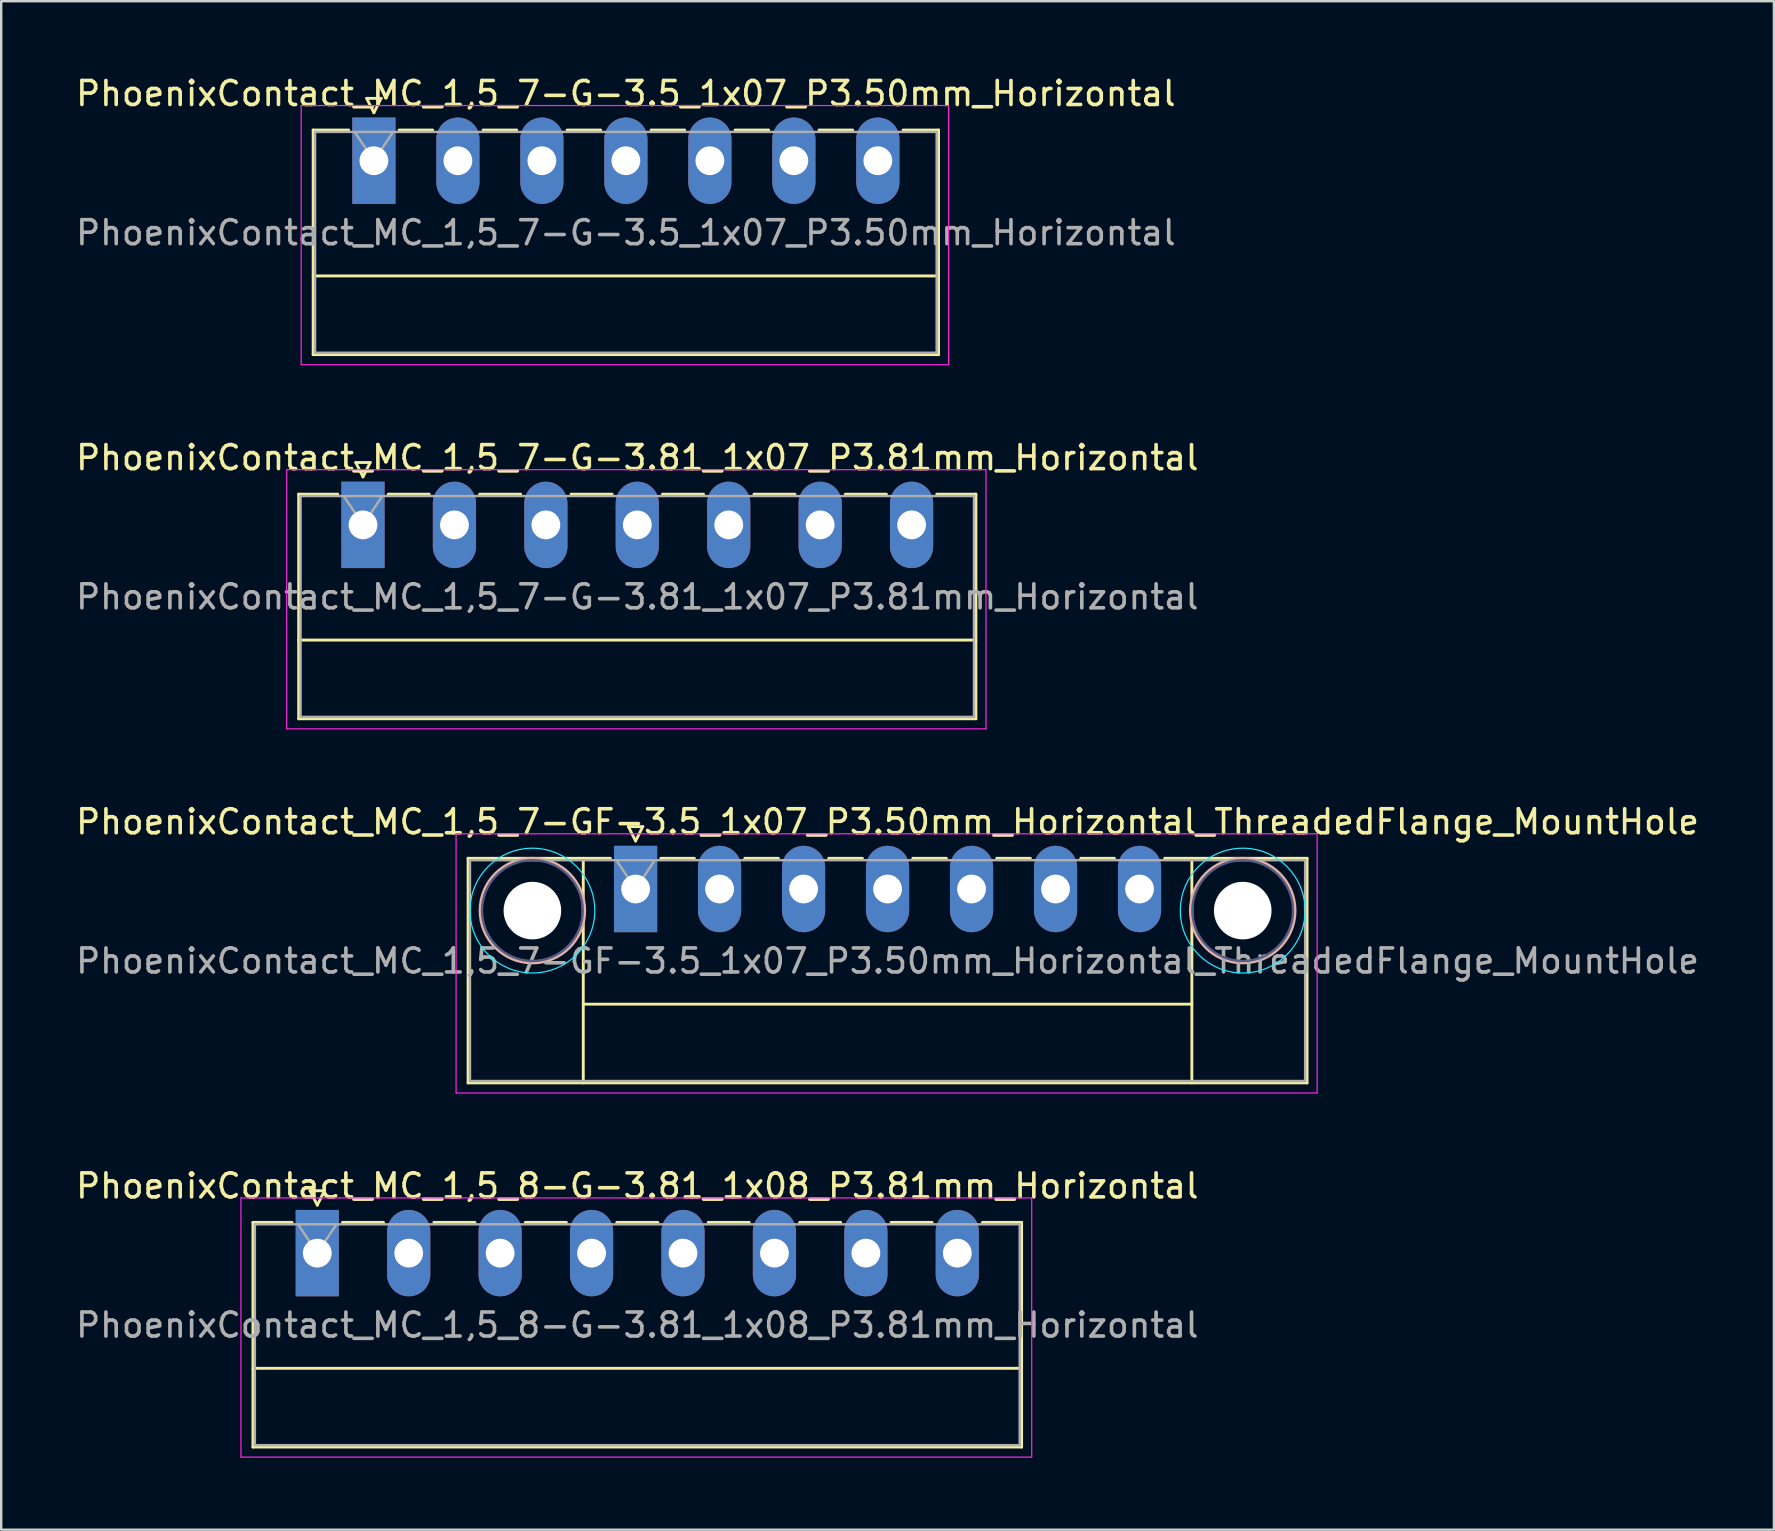
<source format=kicad_pcb>
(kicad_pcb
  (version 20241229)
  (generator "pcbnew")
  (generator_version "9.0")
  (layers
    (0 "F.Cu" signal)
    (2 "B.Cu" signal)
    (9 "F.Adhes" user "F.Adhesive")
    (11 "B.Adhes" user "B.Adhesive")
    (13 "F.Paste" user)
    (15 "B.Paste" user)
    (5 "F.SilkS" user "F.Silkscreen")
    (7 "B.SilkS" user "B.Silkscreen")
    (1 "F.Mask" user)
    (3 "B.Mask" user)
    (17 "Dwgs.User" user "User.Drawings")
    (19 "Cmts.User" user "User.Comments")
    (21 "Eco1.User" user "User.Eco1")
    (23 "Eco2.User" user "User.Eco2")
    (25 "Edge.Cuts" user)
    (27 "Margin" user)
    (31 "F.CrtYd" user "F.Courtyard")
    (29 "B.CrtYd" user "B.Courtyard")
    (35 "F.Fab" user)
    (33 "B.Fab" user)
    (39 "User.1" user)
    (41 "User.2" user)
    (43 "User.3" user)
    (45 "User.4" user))
  (footprint "PhoenixContact_MC_1,5_7-GF-3.5_1x07_P3.50mm_Horizontal_ThreadedFlange_MountHole"
    (layer "F.Cu")
    (at 23.435 33.995)
    (property "Reference" "PhoenixContact_MC_1,5_7-GF-3.5_1x07_P3.50mm_Horizontal_ThreadedFlange_MountHole" (at 10.5 -2.8 0) (layer "F.SilkS") (effects (font (size 1 1) (thickness 0.15))))
    (attr through_hole)
    (fp_line (start -6.98 -1.28) (end -6.98 8.08) (stroke (width 0.12) (type solid)) (layer "F.SilkS"))
    (fp_line (start -6.98 -1.28) (end -1.05 -1.28) (stroke (width 0.12) (type solid)) (layer "F.SilkS"))
    (fp_line (start -6.98 8.08) (end 27.98 8.08) (stroke (width 0.12) (type solid)) (layer "F.SilkS"))
    (fp_line (start -2.18 -1.28) (end -2.18 8.08) (stroke (width 0.12) (type solid)) (layer "F.SilkS"))
    (fp_line (start -2.18 4.8) (end 23.18 4.8) (stroke (width 0.12) (type solid)) (layer "F.SilkS"))
    (fp_line (start -0.3 -2.6) (end 0.3 -2.6) (stroke (width 0.12) (type solid)) (layer "F.SilkS"))
    (fp_line (start 0 -2) (end -0.3 -2.6) (stroke (width 0.12) (type solid)) (layer "F.SilkS"))
    (fp_line (start 0.3 -2.6) (end 0 -2) (stroke (width 0.12) (type solid)) (layer "F.SilkS"))
    (fp_line (start 1.05 -1.28) (end 2.45 -1.28) (stroke (width 0.12) (type solid)) (layer "F.SilkS"))
    (fp_line (start 4.55 -1.28) (end 5.95 -1.28) (stroke (width 0.12) (type solid)) (layer "F.SilkS"))
    (fp_line (start 8.05 -1.28) (end 9.45 -1.28) (stroke (width 0.12) (type solid)) (layer "F.SilkS"))
    (fp_line (start 11.55 -1.28) (end 12.95 -1.28) (stroke (width 0.12) (type solid)) (layer "F.SilkS"))
    (fp_line (start 15.05 -1.28) (end 16.45 -1.28) (stroke (width 0.12) (type solid)) (layer "F.SilkS"))
    (fp_line (start 18.55 -1.28) (end 19.95 -1.28) (stroke (width 0.12) (type solid)) (layer "F.SilkS"))
    (fp_line (start 23.18 -1.28) (end 23.18 8.08) (stroke (width 0.12) (type solid)) (layer "F.SilkS"))
    (fp_line (start 27.98 -1.28) (end 22.05 -1.28) (stroke (width 0.12) (type solid)) (layer "F.SilkS"))
    (fp_line (start 27.98 8.08) (end 27.98 -1.28) (stroke (width 0.12) (type solid)) (layer "F.SilkS"))
    (fp_circle (center -4.3 0.9) (end -2.12 0.9) (stroke (width 0.12) (type solid)) (fill no) (layer "B.SilkS"))
    (fp_circle (center 25.3 0.9) (end 27.48 0.9) (stroke (width 0.12) (type solid)) (fill no) (layer "B.SilkS"))
    (fp_circle (center -4.3 0.9) (end -1.7 0.9) (stroke (width 0.05) (type solid)) (fill no) (layer "B.CrtYd"))
    (fp_circle (center 25.3 0.9) (end 27.9 0.9) (stroke (width 0.05) (type solid)) (fill no) (layer "B.CrtYd"))
    (fp_line (start -7.48 -2.3) (end -7.48 8.5) (stroke (width 0.05) (type solid)) (layer "F.CrtYd"))
    (fp_line (start -7.48 8.5) (end 28.4 8.5) (stroke (width 0.05) (type solid)) (layer "F.CrtYd"))
    (fp_line (start 28.4 -2.3) (end -7.48 -2.3) (stroke (width 0.05) (type solid)) (layer "F.CrtYd"))
    (fp_line (start 28.4 8.5) (end 28.4 -2.3) (stroke (width 0.05) (type solid)) (layer "F.CrtYd"))
    (fp_circle (center -4.3 0.9) (end -2.2 0.9) (stroke (width 0.1) (type solid)) (fill no) (layer "B.Fab"))
    (fp_circle (center 25.3 0.9) (end 27.4 0.9) (stroke (width 0.1) (type solid)) (fill no) (layer "B.Fab"))
    (fp_line (start -6.9 -1.2) (end -6.9 8) (stroke (width 0.1) (type solid)) (layer "F.Fab"))
    (fp_line (start -6.9 8) (end 27.9 8) (stroke (width 0.1) (type solid)) (layer "F.Fab"))
    (fp_line (start 0 0) (end -0.8 -1.2) (stroke (width 0.1) (type solid)) (layer "F.Fab"))
    (fp_line (start 0.8 -1.2) (end 0 0) (stroke (width 0.1) (type solid)) (layer "F.Fab"))
    (fp_line (start 27.9 -1.2) (end -6.9 -1.2) (stroke (width 0.1) (type solid)) (layer "F.Fab"))
    (fp_line (start 27.9 8) (end 27.9 -1.2) (stroke (width 0.1) (type solid)) (layer "F.Fab"))
    (fp_text user "${REFERENCE}" (at 10.5 3 0) (layer "F.Fab") (effects (font (size 1 1) (thickness 0.15))))
    (pad "" np_thru_hole circle (at -4.3 0.9) (size 2.4 2.4) (drill 2.4) (layers "*.Cu" "*.Mask"))
    (pad "" np_thru_hole circle (at 25.3 0.9) (size 2.4 2.4) (drill 2.4) (layers "*.Cu" "*.Mask"))
    (pad "1" thru_hole rect (at 0 0) (size 1.8 3.6) (drill 1.2) (layers "*.Cu" "*.Mask"))
    (pad "2" thru_hole oval (at 3.5 0) (size 1.8 3.6) (drill 1.2) (layers "*.Cu" "*.Mask"))
    (pad "3" thru_hole oval (at 7 0) (size 1.8 3.6) (drill 1.2) (layers "*.Cu" "*.Mask"))
    (pad "4" thru_hole oval (at 10.5 0) (size 1.8 3.6) (drill 1.2) (layers "*.Cu" "*.Mask"))
    (pad "5" thru_hole oval (at 14 0) (size 1.8 3.6) (drill 1.2) (layers "*.Cu" "*.Mask"))
    (pad "6" thru_hole oval (at 17.5 0) (size 1.8 3.6) (drill 1.2) (layers "*.Cu" "*.Mask"))
    (pad "7" thru_hole oval (at 21 0) (size 1.8 3.6) (drill 1.2) (layers "*.Cu" "*.Mask")))
  (footprint "PhoenixContact_MC_1,5_7-G-3.5_1x07_P3.50mm_Horizontal"
    (layer "F.Cu")
    (at 12.53 3.648)
    (property "Reference" "PhoenixContact_MC_1,5_7-G-3.5_1x07_P3.50mm_Horizontal" (at 10.5 -2.8 0) (layer "F.SilkS") (effects (font (size 1 1) (thickness 0.15))))
    (attr through_hole)
    (fp_line (start -2.53 -1.28) (end -2.53 8.08) (stroke (width 0.12) (type solid)) (layer "F.SilkS"))
    (fp_line (start -2.53 -1.28) (end -1.05 -1.28) (stroke (width 0.12) (type solid)) (layer "F.SilkS"))
    (fp_line (start -2.53 4.8) (end 23.53 4.8) (stroke (width 0.12) (type solid)) (layer "F.SilkS"))
    (fp_line (start -2.53 8.08) (end 23.53 8.08) (stroke (width 0.12) (type solid)) (layer "F.SilkS"))
    (fp_line (start -0.3 -2.6) (end 0.3 -2.6) (stroke (width 0.12) (type solid)) (layer "F.SilkS"))
    (fp_line (start 0 -2) (end -0.3 -2.6) (stroke (width 0.12) (type solid)) (layer "F.SilkS"))
    (fp_line (start 0.3 -2.6) (end 0 -2) (stroke (width 0.12) (type solid)) (layer "F.SilkS"))
    (fp_line (start 1.05 -1.28) (end 2.45 -1.28) (stroke (width 0.12) (type solid)) (layer "F.SilkS"))
    (fp_line (start 4.55 -1.28) (end 5.95 -1.28) (stroke (width 0.12) (type solid)) (layer "F.SilkS"))
    (fp_line (start 8.05 -1.28) (end 9.45 -1.28) (stroke (width 0.12) (type solid)) (layer "F.SilkS"))
    (fp_line (start 11.55 -1.28) (end 12.95 -1.28) (stroke (width 0.12) (type solid)) (layer "F.SilkS"))
    (fp_line (start 15.05 -1.28) (end 16.45 -1.28) (stroke (width 0.12) (type solid)) (layer "F.SilkS"))
    (fp_line (start 18.55 -1.28) (end 19.95 -1.28) (stroke (width 0.12) (type solid)) (layer "F.SilkS"))
    (fp_line (start 23.53 -1.28) (end 22.05 -1.28) (stroke (width 0.12) (type solid)) (layer "F.SilkS"))
    (fp_line (start 23.53 8.08) (end 23.53 -1.28) (stroke (width 0.12) (type solid)) (layer "F.SilkS"))
    (fp_line (start -3.03 -2.3) (end -3.03 8.5) (stroke (width 0.05) (type solid)) (layer "F.CrtYd"))
    (fp_line (start -3.03 8.5) (end 23.95 8.5) (stroke (width 0.05) (type solid)) (layer "F.CrtYd"))
    (fp_line (start 23.95 -2.3) (end -3.03 -2.3) (stroke (width 0.05) (type solid)) (layer "F.CrtYd"))
    (fp_line (start 23.95 8.5) (end 23.95 -2.3) (stroke (width 0.05) (type solid)) (layer "F.CrtYd"))
    (fp_line (start -2.45 -1.2) (end -2.45 8) (stroke (width 0.1) (type solid)) (layer "F.Fab"))
    (fp_line (start -2.45 8) (end 23.45 8) (stroke (width 0.1) (type solid)) (layer "F.Fab"))
    (fp_line (start 0 0) (end -0.8 -1.2) (stroke (width 0.1) (type solid)) (layer "F.Fab"))
    (fp_line (start 0.8 -1.2) (end 0 0) (stroke (width 0.1) (type solid)) (layer "F.Fab"))
    (fp_line (start 23.45 -1.2) (end -2.45 -1.2) (stroke (width 0.1) (type solid)) (layer "F.Fab"))
    (fp_line (start 23.45 8) (end 23.45 -1.2) (stroke (width 0.1) (type solid)) (layer "F.Fab"))
    (fp_text user "${REFERENCE}" (at 10.5 3 0) (layer "F.Fab") (effects (font (size 1 1) (thickness 0.15))))
    (pad "1" thru_hole rect (at 0 0) (size 1.8 3.6) (drill 1.2) (layers "*.Cu" "*.Mask"))
    (pad "2" thru_hole oval (at 3.5 0) (size 1.8 3.6) (drill 1.2) (layers "*.Cu" "*.Mask"))
    (pad "3" thru_hole oval (at 7 0) (size 1.8 3.6) (drill 1.2) (layers "*.Cu" "*.Mask"))
    (pad "4" thru_hole oval (at 10.5 0) (size 1.8 3.6) (drill 1.2) (layers "*.Cu" "*.Mask"))
    (pad "5" thru_hole oval (at 14 0) (size 1.8 3.6) (drill 1.2) (layers "*.Cu" "*.Mask"))
    (pad "6" thru_hole oval (at 17.5 0) (size 1.8 3.6) (drill 1.2) (layers "*.Cu" "*.Mask"))
    (pad "7" thru_hole oval (at 21 0) (size 1.8 3.6) (drill 1.2) (layers "*.Cu" "*.Mask")))
  (footprint "PhoenixContact_MC_1,5_7-G-3.81_1x07_P3.81mm_Horizontal"
    (layer "F.Cu")
    (at 12.076 18.822)
    (property "Reference" "PhoenixContact_MC_1,5_7-G-3.81_1x07_P3.81mm_Horizontal" (at 11.43 -2.8 0) (layer "F.SilkS") (effects (font (size 1 1) (thickness 0.15))))
    (attr through_hole)
    (fp_line (start -2.68 -1.28) (end -2.68 8.08) (stroke (width 0.12) (type solid)) (layer "F.SilkS"))
    (fp_line (start -2.68 -1.28) (end -1.05 -1.28) (stroke (width 0.12) (type solid)) (layer "F.SilkS"))
    (fp_line (start -2.68 4.8) (end 25.54 4.8) (stroke (width 0.12) (type solid)) (layer "F.SilkS"))
    (fp_line (start -2.68 8.08) (end 25.54 8.08) (stroke (width 0.12) (type solid)) (layer "F.SilkS"))
    (fp_line (start -0.3 -2.6) (end 0.3 -2.6) (stroke (width 0.12) (type solid)) (layer "F.SilkS"))
    (fp_line (start 0 -2) (end -0.3 -2.6) (stroke (width 0.12) (type solid)) (layer "F.SilkS"))
    (fp_line (start 0.3 -2.6) (end 0 -2) (stroke (width 0.12) (type solid)) (layer "F.SilkS"))
    (fp_line (start 1.05 -1.28) (end 2.76 -1.28) (stroke (width 0.12) (type solid)) (layer "F.SilkS"))
    (fp_line (start 4.86 -1.28) (end 6.57 -1.28) (stroke (width 0.12) (type solid)) (layer "F.SilkS"))
    (fp_line (start 8.67 -1.28) (end 10.38 -1.28) (stroke (width 0.12) (type solid)) (layer "F.SilkS"))
    (fp_line (start 12.48 -1.28) (end 14.19 -1.28) (stroke (width 0.12) (type solid)) (layer "F.SilkS"))
    (fp_line (start 16.29 -1.28) (end 18 -1.28) (stroke (width 0.12) (type solid)) (layer "F.SilkS"))
    (fp_line (start 20.1 -1.28) (end 21.81 -1.28) (stroke (width 0.12) (type solid)) (layer "F.SilkS"))
    (fp_line (start 25.54 -1.28) (end 23.91 -1.28) (stroke (width 0.12) (type solid)) (layer "F.SilkS"))
    (fp_line (start 25.54 8.08) (end 25.54 -1.28) (stroke (width 0.12) (type solid)) (layer "F.SilkS"))
    (fp_line (start -3.18 -2.3) (end -3.18 8.5) (stroke (width 0.05) (type solid)) (layer "F.CrtYd"))
    (fp_line (start -3.18 8.5) (end 25.96 8.5) (stroke (width 0.05) (type solid)) (layer "F.CrtYd"))
    (fp_line (start 25.96 -2.3) (end -3.18 -2.3) (stroke (width 0.05) (type solid)) (layer "F.CrtYd"))
    (fp_line (start 25.96 8.5) (end 25.96 -2.3) (stroke (width 0.05) (type solid)) (layer "F.CrtYd"))
    (fp_line (start -2.6 -1.2) (end -2.6 8) (stroke (width 0.1) (type solid)) (layer "F.Fab"))
    (fp_line (start -2.6 8) (end 25.46 8) (stroke (width 0.1) (type solid)) (layer "F.Fab"))
    (fp_line (start 0 0) (end -0.8 -1.2) (stroke (width 0.1) (type solid)) (layer "F.Fab"))
    (fp_line (start 0.8 -1.2) (end 0 0) (stroke (width 0.1) (type solid)) (layer "F.Fab"))
    (fp_line (start 25.46 -1.2) (end -2.6 -1.2) (stroke (width 0.1) (type solid)) (layer "F.Fab"))
    (fp_line (start 25.46 8) (end 25.46 -1.2) (stroke (width 0.1) (type solid)) (layer "F.Fab"))
    (fp_text user "${REFERENCE}" (at 11.43 3 0) (layer "F.Fab") (effects (font (size 1 1) (thickness 0.15))))
    (pad "1" thru_hole rect (at 0 0) (size 1.8 3.6) (drill 1.2) (layers "*.Cu" "*.Mask"))
    (pad "2" thru_hole oval (at 3.81 0) (size 1.8 3.6) (drill 1.2) (layers "*.Cu" "*.Mask"))
    (pad "3" thru_hole oval (at 7.62 0) (size 1.8 3.6) (drill 1.2) (layers "*.Cu" "*.Mask"))
    (pad "4" thru_hole oval (at 11.43 0) (size 1.8 3.6) (drill 1.2) (layers "*.Cu" "*.Mask"))
    (pad "5" thru_hole oval (at 15.24 0) (size 1.8 3.6) (drill 1.2) (layers "*.Cu" "*.Mask"))
    (pad "6" thru_hole oval (at 19.05 0) (size 1.8 3.6) (drill 1.2) (layers "*.Cu" "*.Mask"))
    (pad "7" thru_hole oval (at 22.86 0) (size 1.8 3.6) (drill 1.2) (layers "*.Cu" "*.Mask")))
  (footprint "PhoenixContact_MC_1,5_8-G-3.81_1x08_P3.81mm_Horizontal"
    (layer "F.Cu")
    (at 10.171 49.168)
    (property "Reference" "PhoenixContact_MC_1,5_8-G-3.81_1x08_P3.81mm_Horizontal" (at 13.335 -2.8 0) (layer "F.SilkS") (effects (font (size 1 1) (thickness 0.15))))
    (attr through_hole)
    (fp_line (start -2.68 -1.28) (end -2.68 8.08) (stroke (width 0.12) (type solid)) (layer "F.SilkS"))
    (fp_line (start -2.68 -1.28) (end -1.05 -1.28) (stroke (width 0.12) (type solid)) (layer "F.SilkS"))
    (fp_line (start -2.68 4.8) (end 29.35 4.8) (stroke (width 0.12) (type solid)) (layer "F.SilkS"))
    (fp_line (start -2.68 8.08) (end 29.35 8.08) (stroke (width 0.12) (type solid)) (layer "F.SilkS"))
    (fp_line (start -0.3 -2.6) (end 0.3 -2.6) (stroke (width 0.12) (type solid)) (layer "F.SilkS"))
    (fp_line (start 0 -2) (end -0.3 -2.6) (stroke (width 0.12) (type solid)) (layer "F.SilkS"))
    (fp_line (start 0.3 -2.6) (end 0 -2) (stroke (width 0.12) (type solid)) (layer "F.SilkS"))
    (fp_line (start 1.05 -1.28) (end 2.76 -1.28) (stroke (width 0.12) (type solid)) (layer "F.SilkS"))
    (fp_line (start 4.86 -1.28) (end 6.57 -1.28) (stroke (width 0.12) (type solid)) (layer "F.SilkS"))
    (fp_line (start 8.67 -1.28) (end 10.38 -1.28) (stroke (width 0.12) (type solid)) (layer "F.SilkS"))
    (fp_line (start 12.48 -1.28) (end 14.19 -1.28) (stroke (width 0.12) (type solid)) (layer "F.SilkS"))
    (fp_line (start 16.29 -1.28) (end 18 -1.28) (stroke (width 0.12) (type solid)) (layer "F.SilkS"))
    (fp_line (start 20.1 -1.28) (end 21.81 -1.28) (stroke (width 0.12) (type solid)) (layer "F.SilkS"))
    (fp_line (start 23.91 -1.28) (end 25.62 -1.28) (stroke (width 0.12) (type solid)) (layer "F.SilkS"))
    (fp_line (start 29.35 -1.28) (end 27.72 -1.28) (stroke (width 0.12) (type solid)) (layer "F.SilkS"))
    (fp_line (start 29.35 8.08) (end 29.35 -1.28) (stroke (width 0.12) (type solid)) (layer "F.SilkS"))
    (fp_line (start -3.18 -2.3) (end -3.18 8.5) (stroke (width 0.05) (type solid)) (layer "F.CrtYd"))
    (fp_line (start -3.18 8.5) (end 29.77 8.5) (stroke (width 0.05) (type solid)) (layer "F.CrtYd"))
    (fp_line (start 29.77 -2.3) (end -3.18 -2.3) (stroke (width 0.05) (type solid)) (layer "F.CrtYd"))
    (fp_line (start 29.77 8.5) (end 29.77 -2.3) (stroke (width 0.05) (type solid)) (layer "F.CrtYd"))
    (fp_line (start -2.6 -1.2) (end -2.6 8) (stroke (width 0.1) (type solid)) (layer "F.Fab"))
    (fp_line (start -2.6 8) (end 29.27 8) (stroke (width 0.1) (type solid)) (layer "F.Fab"))
    (fp_line (start 0 0) (end -0.8 -1.2) (stroke (width 0.1) (type solid)) (layer "F.Fab"))
    (fp_line (start 0.8 -1.2) (end 0 0) (stroke (width 0.1) (type solid)) (layer "F.Fab"))
    (fp_line (start 29.27 -1.2) (end -2.6 -1.2) (stroke (width 0.1) (type solid)) (layer "F.Fab"))
    (fp_line (start 29.27 8) (end 29.27 -1.2) (stroke (width 0.1) (type solid)) (layer "F.Fab"))
    (fp_text user "${REFERENCE}" (at 13.335 3 0) (layer "F.Fab") (effects (font (size 1 1) (thickness 0.15))))
    (pad "1" thru_hole rect (at 0 0) (size 1.8 3.6) (drill 1.2) (layers "*.Cu" "*.Mask"))
    (pad "2" thru_hole oval (at 3.81 0) (size 1.8 3.6) (drill 1.2) (layers "*.Cu" "*.Mask"))
    (pad "3" thru_hole oval (at 7.62 0) (size 1.8 3.6) (drill 1.2) (layers "*.Cu" "*.Mask"))
    (pad "4" thru_hole oval (at 11.43 0) (size 1.8 3.6) (drill 1.2) (layers "*.Cu" "*.Mask"))
    (pad "5" thru_hole oval (at 15.24 0) (size 1.8 3.6) (drill 1.2) (layers "*.Cu" "*.Mask"))
    (pad "6" thru_hole oval (at 19.05 0) (size 1.8 3.6) (drill 1.2) (layers "*.Cu" "*.Mask"))
    (pad "7" thru_hole oval (at 22.86 0) (size 1.8 3.6) (drill 1.2) (layers "*.Cu" "*.Mask"))
    (pad "8" thru_hole oval (at 26.67 0) (size 1.8 3.6) (drill 1.2) (layers "*.Cu" "*.Mask")))
  (gr_rect
    (start -3 -3)
    (end 70.869 60.693)
    (stroke (width 0.1) (type default))
    (fill no)
    (layer "Edge.Cuts")))
</source>
